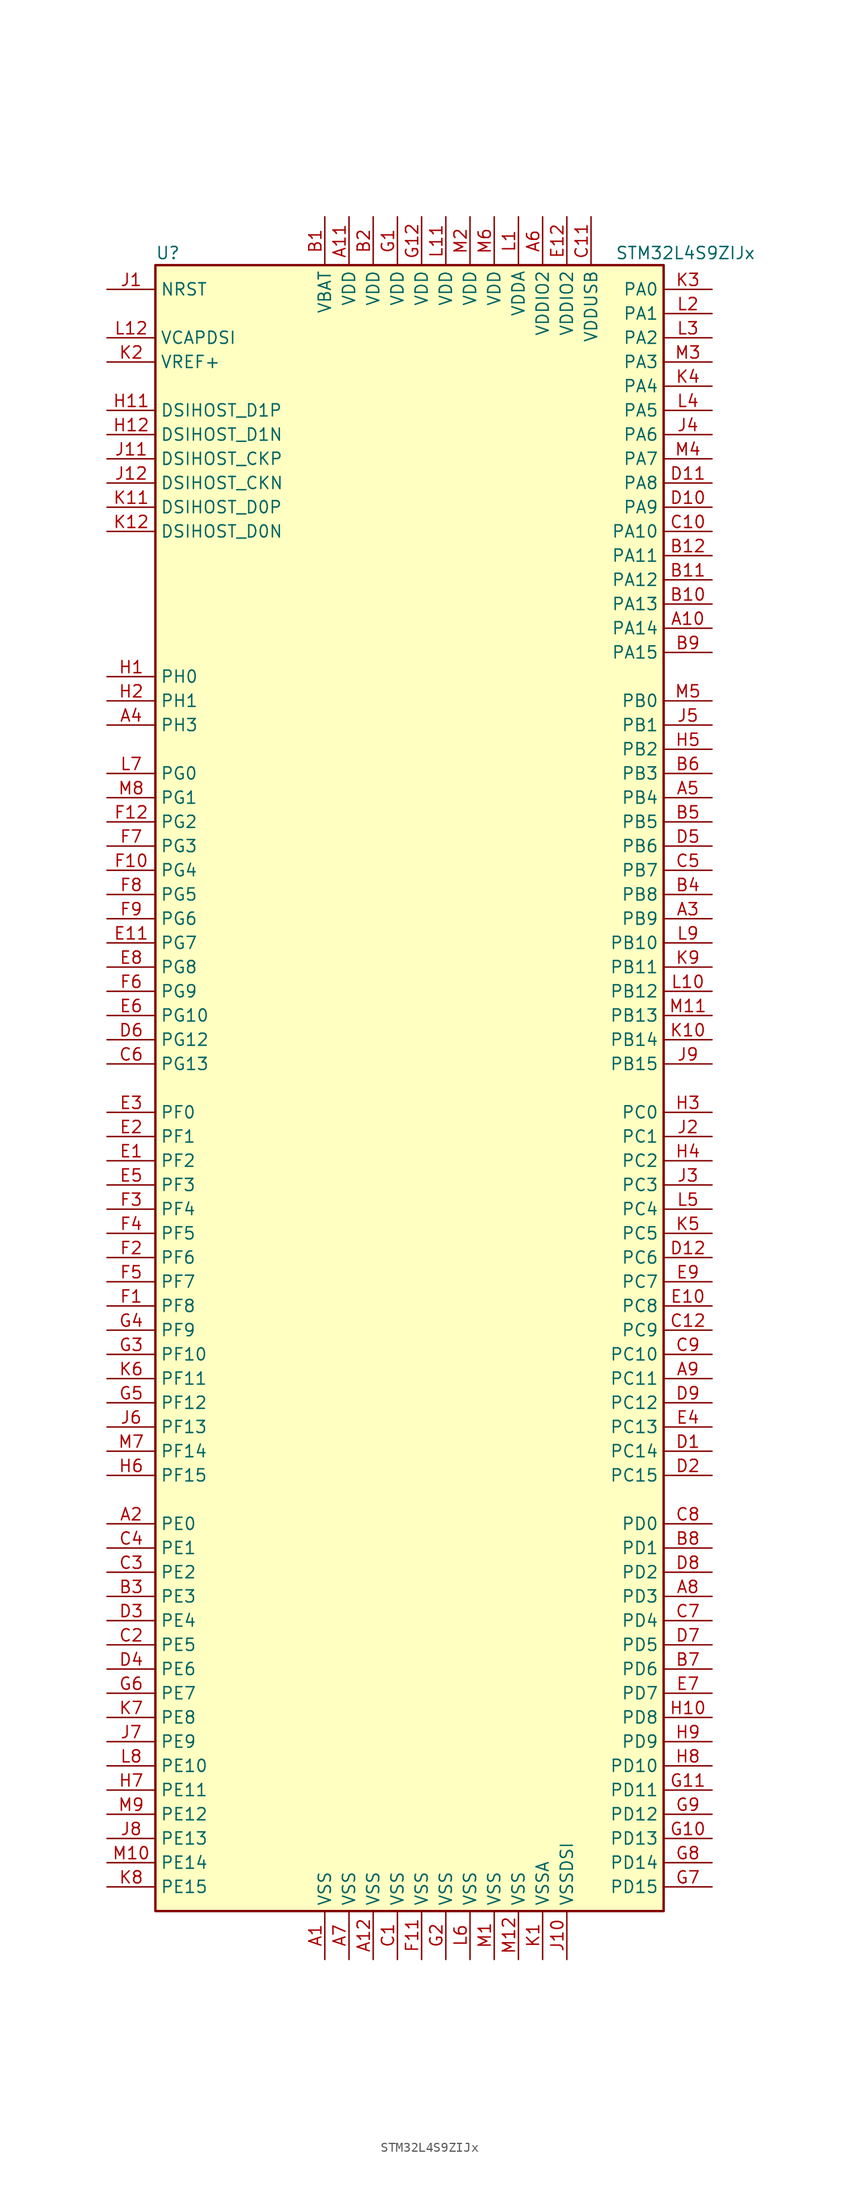
<source format=kicad_sym>
(kicad_symbol_lib
  (version 20201005)
  (generator kicad_symbol_editor)
  (symbol "STM32L4S9ZIJx"
    (property "Reference" "U"
      (at -27.94 87.63 0)
      (effects (font (size 1.27 1.27)) (justify left)))
    (property "Value" "STM32L4S9ZIJx"
      (at 20.32 87.63 0)
      (effects (font (size 1.27 1.27)) (justify left)))
    (symbol "STM32L4S9ZIJx_0_1"
      (rectangle (start -27.94 -86.36) (end 25.4 86.36) (stroke (width 0.254)) (fill (type background))))
    (symbol "STM32L4S9ZIJx_1_1"
      (pin power_in line (at -10.16 -91.44 90) (length 5.08) (name "VSS" (effects (font (size 1.27 1.27)))) (number "A1" (effects (font (size 1.27 1.27)))))
      (pin bidirectional line (at 30.48 48.26 180) (length 5.08) (name "PA14" (effects (font (size 1.27 1.27)))) (number "A10" (effects (font (size 1.27 1.27)))))
      (pin power_in line (at -7.62 91.44 270) (length 5.08) (name "VDD" (effects (font (size 1.27 1.27)))) (number "A11" (effects (font (size 1.27 1.27)))))
      (pin power_in line (at -5.08 -91.44 90) (length 5.08) (name "VSS" (effects (font (size 1.27 1.27)))) (number "A12" (effects (font (size 1.27 1.27)))))
      (pin bidirectional line (at -33.02 -45.72 0) (length 5.08) (name "PE0" (effects (font (size 1.27 1.27)))) (number "A2" (effects (font (size 1.27 1.27)))))
      (pin bidirectional line (at 30.48 17.78 180) (length 5.08) (name "PB9" (effects (font (size 1.27 1.27)))) (number "A3" (effects (font (size 1.27 1.27)))))
      (pin bidirectional line (at -33.02 38.1 0) (length 5.08) (name "PH3" (effects (font (size 1.27 1.27)))) (number "A4" (effects (font (size 1.27 1.27)))))
      (pin bidirectional line (at 30.48 30.48 180) (length 5.08) (name "PB4" (effects (font (size 1.27 1.27)))) (number "A5" (effects (font (size 1.27 1.27)))))
      (pin power_in line (at 12.7 91.44 270) (length 5.08) (name "VDDIO2" (effects (font (size 1.27 1.27)))) (number "A6" (effects (font (size 1.27 1.27)))))
      (pin power_in line (at -7.62 -91.44 90) (length 5.08) (name "VSS" (effects (font (size 1.27 1.27)))) (number "A7" (effects (font (size 1.27 1.27)))))
      (pin bidirectional line (at 30.48 -53.34 180) (length 5.08) (name "PD3" (effects (font (size 1.27 1.27)))) (number "A8" (effects (font (size 1.27 1.27)))))
      (pin bidirectional line (at 30.48 -30.48 180) (length 5.08) (name "PC11" (effects (font (size 1.27 1.27)))) (number "A9" (effects (font (size 1.27 1.27)))))
      (pin power_in line (at -10.16 91.44 270) (length 5.08) (name "VBAT" (effects (font (size 1.27 1.27)))) (number "B1" (effects (font (size 1.27 1.27)))))
      (pin bidirectional line (at 30.48 50.8 180) (length 5.08) (name "PA13" (effects (font (size 1.27 1.27)))) (number "B10" (effects (font (size 1.27 1.27)))))
      (pin bidirectional line (at 30.48 53.34 180) (length 5.08) (name "PA12" (effects (font (size 1.27 1.27)))) (number "B11" (effects (font (size 1.27 1.27)))))
      (pin bidirectional line (at 30.48 55.88 180) (length 5.08) (name "PA11" (effects (font (size 1.27 1.27)))) (number "B12" (effects (font (size 1.27 1.27)))))
      (pin power_in line (at -5.08 91.44 270) (length 5.08) (name "VDD" (effects (font (size 1.27 1.27)))) (number "B2" (effects (font (size 1.27 1.27)))))
      (pin bidirectional line (at -33.02 -53.34 0) (length 5.08) (name "PE3" (effects (font (size 1.27 1.27)))) (number "B3" (effects (font (size 1.27 1.27)))))
      (pin bidirectional line (at 30.48 20.32 180) (length 5.08) (name "PB8" (effects (font (size 1.27 1.27)))) (number "B4" (effects (font (size 1.27 1.27)))))
      (pin bidirectional line (at 30.48 27.94 180) (length 5.08) (name "PB5" (effects (font (size 1.27 1.27)))) (number "B5" (effects (font (size 1.27 1.27)))))
      (pin bidirectional line (at 30.48 33.02 180) (length 5.08) (name "PB3" (effects (font (size 1.27 1.27)))) (number "B6" (effects (font (size 1.27 1.27)))))
      (pin bidirectional line (at 30.48 -60.96 180) (length 5.08) (name "PD6" (effects (font (size 1.27 1.27)))) (number "B7" (effects (font (size 1.27 1.27)))))
      (pin bidirectional line (at 30.48 -48.26 180) (length 5.08) (name "PD1" (effects (font (size 1.27 1.27)))) (number "B8" (effects (font (size 1.27 1.27)))))
      (pin bidirectional line (at 30.48 45.72 180) (length 5.08) (name "PA15" (effects (font (size 1.27 1.27)))) (number "B9" (effects (font (size 1.27 1.27)))))
      (pin power_in line (at -2.54 -91.44 90) (length 5.08) (name "VSS" (effects (font (size 1.27 1.27)))) (number "C1" (effects (font (size 1.27 1.27)))))
      (pin bidirectional line (at 30.48 58.42 180) (length 5.08) (name "PA10" (effects (font (size 1.27 1.27)))) (number "C10" (effects (font (size 1.27 1.27)))))
      (pin power_in line (at 17.78 91.44 270) (length 5.08) (name "VDDUSB" (effects (font (size 1.27 1.27)))) (number "C11" (effects (font (size 1.27 1.27)))))
      (pin bidirectional line (at 30.48 -25.4 180) (length 5.08) (name "PC9" (effects (font (size 1.27 1.27)))) (number "C12" (effects (font (size 1.27 1.27)))))
      (pin bidirectional line (at -33.02 -58.42 0) (length 5.08) (name "PE5" (effects (font (size 1.27 1.27)))) (number "C2" (effects (font (size 1.27 1.27)))))
      (pin bidirectional line (at -33.02 -50.8 0) (length 5.08) (name "PE2" (effects (font (size 1.27 1.27)))) (number "C3" (effects (font (size 1.27 1.27)))))
      (pin bidirectional line (at -33.02 -48.26 0) (length 5.08) (name "PE1" (effects (font (size 1.27 1.27)))) (number "C4" (effects (font (size 1.27 1.27)))))
      (pin bidirectional line (at 30.48 22.86 180) (length 5.08) (name "PB7" (effects (font (size 1.27 1.27)))) (number "C5" (effects (font (size 1.27 1.27)))))
      (pin bidirectional line (at -33.02 2.54 0) (length 5.08) (name "PG13" (effects (font (size 1.27 1.27)))) (number "C6" (effects (font (size 1.27 1.27)))))
      (pin bidirectional line (at 30.48 -55.88 180) (length 5.08) (name "PD4" (effects (font (size 1.27 1.27)))) (number "C7" (effects (font (size 1.27 1.27)))))
      (pin bidirectional line (at 30.48 -45.72 180) (length 5.08) (name "PD0" (effects (font (size 1.27 1.27)))) (number "C8" (effects (font (size 1.27 1.27)))))
      (pin bidirectional line (at 30.48 -27.94 180) (length 5.08) (name "PC10" (effects (font (size 1.27 1.27)))) (number "C9" (effects (font (size 1.27 1.27)))))
      (pin bidirectional line (at 30.48 -38.1 180) (length 5.08) (name "PC14" (effects (font (size 1.27 1.27)))) (number "D1" (effects (font (size 1.27 1.27)))))
      (pin bidirectional line (at 30.48 60.96 180) (length 5.08) (name "PA9" (effects (font (size 1.27 1.27)))) (number "D10" (effects (font (size 1.27 1.27)))))
      (pin bidirectional line (at 30.48 63.5 180) (length 5.08) (name "PA8" (effects (font (size 1.27 1.27)))) (number "D11" (effects (font (size 1.27 1.27)))))
      (pin bidirectional line (at 30.48 -17.78 180) (length 5.08) (name "PC6" (effects (font (size 1.27 1.27)))) (number "D12" (effects (font (size 1.27 1.27)))))
      (pin bidirectional line (at 30.48 -40.64 180) (length 5.08) (name "PC15" (effects (font (size 1.27 1.27)))) (number "D2" (effects (font (size 1.27 1.27)))))
      (pin bidirectional line (at -33.02 -55.88 0) (length 5.08) (name "PE4" (effects (font (size 1.27 1.27)))) (number "D3" (effects (font (size 1.27 1.27)))))
      (pin bidirectional line (at -33.02 -60.96 0) (length 5.08) (name "PE6" (effects (font (size 1.27 1.27)))) (number "D4" (effects (font (size 1.27 1.27)))))
      (pin bidirectional line (at 30.48 25.4 180) (length 5.08) (name "PB6" (effects (font (size 1.27 1.27)))) (number "D5" (effects (font (size 1.27 1.27)))))
      (pin bidirectional line (at -33.02 5.08 0) (length 5.08) (name "PG12" (effects (font (size 1.27 1.27)))) (number "D6" (effects (font (size 1.27 1.27)))))
      (pin bidirectional line (at 30.48 -58.42 180) (length 5.08) (name "PD5" (effects (font (size 1.27 1.27)))) (number "D7" (effects (font (size 1.27 1.27)))))
      (pin bidirectional line (at 30.48 -50.8 180) (length 5.08) (name "PD2" (effects (font (size 1.27 1.27)))) (number "D8" (effects (font (size 1.27 1.27)))))
      (pin bidirectional line (at 30.48 -33.02 180) (length 5.08) (name "PC12" (effects (font (size 1.27 1.27)))) (number "D9" (effects (font (size 1.27 1.27)))))
      (pin bidirectional line (at -33.02 -7.62 0) (length 5.08) (name "PF2" (effects (font (size 1.27 1.27)))) (number "E1" (effects (font (size 1.27 1.27)))))
      (pin bidirectional line (at 30.48 -22.86 180) (length 5.08) (name "PC8" (effects (font (size 1.27 1.27)))) (number "E10" (effects (font (size 1.27 1.27)))))
      (pin bidirectional line (at -33.02 15.24 0) (length 5.08) (name "PG7" (effects (font (size 1.27 1.27)))) (number "E11" (effects (font (size 1.27 1.27)))))
      (pin power_in line (at 15.24 91.44 270) (length 5.08) (name "VDDIO2" (effects (font (size 1.27 1.27)))) (number "E12" (effects (font (size 1.27 1.27)))))
      (pin bidirectional line (at -33.02 -5.08 0) (length 5.08) (name "PF1" (effects (font (size 1.27 1.27)))) (number "E2" (effects (font (size 1.27 1.27)))))
      (pin bidirectional line (at -33.02 -2.54 0) (length 5.08) (name "PF0" (effects (font (size 1.27 1.27)))) (number "E3" (effects (font (size 1.27 1.27)))))
      (pin bidirectional line (at 30.48 -35.56 180) (length 5.08) (name "PC13" (effects (font (size 1.27 1.27)))) (number "E4" (effects (font (size 1.27 1.27)))))
      (pin bidirectional line (at -33.02 -10.16 0) (length 5.08) (name "PF3" (effects (font (size 1.27 1.27)))) (number "E5" (effects (font (size 1.27 1.27)))))
      (pin bidirectional line (at -33.02 7.62 0) (length 5.08) (name "PG10" (effects (font (size 1.27 1.27)))) (number "E6" (effects (font (size 1.27 1.27)))))
      (pin bidirectional line (at 30.48 -63.5 180) (length 5.08) (name "PD7" (effects (font (size 1.27 1.27)))) (number "E7" (effects (font (size 1.27 1.27)))))
      (pin bidirectional line (at -33.02 12.7 0) (length 5.08) (name "PG8" (effects (font (size 1.27 1.27)))) (number "E8" (effects (font (size 1.27 1.27)))))
      (pin bidirectional line (at 30.48 -20.32 180) (length 5.08) (name "PC7" (effects (font (size 1.27 1.27)))) (number "E9" (effects (font (size 1.27 1.27)))))
      (pin bidirectional line (at -33.02 -22.86 0) (length 5.08) (name "PF8" (effects (font (size 1.27 1.27)))) (number "F1" (effects (font (size 1.27 1.27)))))
      (pin bidirectional line (at -33.02 22.86 0) (length 5.08) (name "PG4" (effects (font (size 1.27 1.27)))) (number "F10" (effects (font (size 1.27 1.27)))))
      (pin power_in line (at 0 -91.44 90) (length 5.08) (name "VSS" (effects (font (size 1.27 1.27)))) (number "F11" (effects (font (size 1.27 1.27)))))
      (pin bidirectional line (at -33.02 27.94 0) (length 5.08) (name "PG2" (effects (font (size 1.27 1.27)))) (number "F12" (effects (font (size 1.27 1.27)))))
      (pin bidirectional line (at -33.02 -17.78 0) (length 5.08) (name "PF6" (effects (font (size 1.27 1.27)))) (number "F2" (effects (font (size 1.27 1.27)))))
      (pin bidirectional line (at -33.02 -12.7 0) (length 5.08) (name "PF4" (effects (font (size 1.27 1.27)))) (number "F3" (effects (font (size 1.27 1.27)))))
      (pin bidirectional line (at -33.02 -15.24 0) (length 5.08) (name "PF5" (effects (font (size 1.27 1.27)))) (number "F4" (effects (font (size 1.27 1.27)))))
      (pin bidirectional line (at -33.02 -20.32 0) (length 5.08) (name "PF7" (effects (font (size 1.27 1.27)))) (number "F5" (effects (font (size 1.27 1.27)))))
      (pin bidirectional line (at -33.02 10.16 0) (length 5.08) (name "PG9" (effects (font (size 1.27 1.27)))) (number "F6" (effects (font (size 1.27 1.27)))))
      (pin bidirectional line (at -33.02 25.4 0) (length 5.08) (name "PG3" (effects (font (size 1.27 1.27)))) (number "F7" (effects (font (size 1.27 1.27)))))
      (pin bidirectional line (at -33.02 20.32 0) (length 5.08) (name "PG5" (effects (font (size 1.27 1.27)))) (number "F8" (effects (font (size 1.27 1.27)))))
      (pin bidirectional line (at -33.02 17.78 0) (length 5.08) (name "PG6" (effects (font (size 1.27 1.27)))) (number "F9" (effects (font (size 1.27 1.27)))))
      (pin power_in line (at -2.54 91.44 270) (length 5.08) (name "VDD" (effects (font (size 1.27 1.27)))) (number "G1" (effects (font (size 1.27 1.27)))))
      (pin bidirectional line (at 30.48 -78.74 180) (length 5.08) (name "PD13" (effects (font (size 1.27 1.27)))) (number "G10" (effects (font (size 1.27 1.27)))))
      (pin bidirectional line (at 30.48 -73.66 180) (length 5.08) (name "PD11" (effects (font (size 1.27 1.27)))) (number "G11" (effects (font (size 1.27 1.27)))))
      (pin power_in line (at 0 91.44 270) (length 5.08) (name "VDD" (effects (font (size 1.27 1.27)))) (number "G12" (effects (font (size 1.27 1.27)))))
      (pin power_in line (at 2.54 -91.44 90) (length 5.08) (name "VSS" (effects (font (size 1.27 1.27)))) (number "G2" (effects (font (size 1.27 1.27)))))
      (pin bidirectional line (at -33.02 -27.94 0) (length 5.08) (name "PF10" (effects (font (size 1.27 1.27)))) (number "G3" (effects (font (size 1.27 1.27)))))
      (pin bidirectional line (at -33.02 -25.4 0) (length 5.08) (name "PF9" (effects (font (size 1.27 1.27)))) (number "G4" (effects (font (size 1.27 1.27)))))
      (pin bidirectional line (at -33.02 -33.02 0) (length 5.08) (name "PF12" (effects (font (size 1.27 1.27)))) (number "G5" (effects (font (size 1.27 1.27)))))
      (pin bidirectional line (at -33.02 -63.5 0) (length 5.08) (name "PE7" (effects (font (size 1.27 1.27)))) (number "G6" (effects (font (size 1.27 1.27)))))
      (pin bidirectional line (at 30.48 -83.82 180) (length 5.08) (name "PD15" (effects (font (size 1.27 1.27)))) (number "G7" (effects (font (size 1.27 1.27)))))
      (pin bidirectional line (at 30.48 -81.28 180) (length 5.08) (name "PD14" (effects (font (size 1.27 1.27)))) (number "G8" (effects (font (size 1.27 1.27)))))
      (pin bidirectional line (at 30.48 -76.2 180) (length 5.08) (name "PD12" (effects (font (size 1.27 1.27)))) (number "G9" (effects (font (size 1.27 1.27)))))
      (pin input line (at -33.02 43.18 0) (length 5.08) (name "PH0" (effects (font (size 1.27 1.27)))) (number "H1" (effects (font (size 1.27 1.27)))))
      (pin bidirectional line (at 30.48 -66.04 180) (length 5.08) (name "PD8" (effects (font (size 1.27 1.27)))) (number "H10" (effects (font (size 1.27 1.27)))))
      (pin bidirectional line (at -33.02 71.12 0) (length 5.08) (name "DSIHOST_D1P" (effects (font (size 1.27 1.27)))) (number "H11" (effects (font (size 1.27 1.27)))))
      (pin bidirectional line (at -33.02 68.58 0) (length 5.08) (name "DSIHOST_D1N" (effects (font (size 1.27 1.27)))) (number "H12" (effects (font (size 1.27 1.27)))))
      (pin input line (at -33.02 40.64 0) (length 5.08) (name "PH1" (effects (font (size 1.27 1.27)))) (number "H2" (effects (font (size 1.27 1.27)))))
      (pin bidirectional line (at 30.48 -2.54 180) (length 5.08) (name "PC0" (effects (font (size 1.27 1.27)))) (number "H3" (effects (font (size 1.27 1.27)))))
      (pin bidirectional line (at 30.48 -7.62 180) (length 5.08) (name "PC2" (effects (font (size 1.27 1.27)))) (number "H4" (effects (font (size 1.27 1.27)))))
      (pin bidirectional line (at 30.48 35.56 180) (length 5.08) (name "PB2" (effects (font (size 1.27 1.27)))) (number "H5" (effects (font (size 1.27 1.27)))))
      (pin bidirectional line (at -33.02 -40.64 0) (length 5.08) (name "PF15" (effects (font (size 1.27 1.27)))) (number "H6" (effects (font (size 1.27 1.27)))))
      (pin bidirectional line (at -33.02 -73.66 0) (length 5.08) (name "PE11" (effects (font (size 1.27 1.27)))) (number "H7" (effects (font (size 1.27 1.27)))))
      (pin bidirectional line (at 30.48 -71.12 180) (length 5.08) (name "PD10" (effects (font (size 1.27 1.27)))) (number "H8" (effects (font (size 1.27 1.27)))))
      (pin bidirectional line (at 30.48 -68.58 180) (length 5.08) (name "PD9" (effects (font (size 1.27 1.27)))) (number "H9" (effects (font (size 1.27 1.27)))))
      (pin input line (at -33.02 83.82 0) (length 5.08) (name "NRST" (effects (font (size 1.27 1.27)))) (number "J1" (effects (font (size 1.27 1.27)))))
      (pin power_in line (at 15.24 -91.44 90) (length 5.08) (name "VSSDSI" (effects (font (size 1.27 1.27)))) (number "J10" (effects (font (size 1.27 1.27)))))
      (pin bidirectional line (at -33.02 66.04 0) (length 5.08) (name "DSIHOST_CKP" (effects (font (size 1.27 1.27)))) (number "J11" (effects (font (size 1.27 1.27)))))
      (pin bidirectional line (at -33.02 63.5 0) (length 5.08) (name "DSIHOST_CKN" (effects (font (size 1.27 1.27)))) (number "J12" (effects (font (size 1.27 1.27)))))
      (pin bidirectional line (at 30.48 -5.08 180) (length 5.08) (name "PC1" (effects (font (size 1.27 1.27)))) (number "J2" (effects (font (size 1.27 1.27)))))
      (pin bidirectional line (at 30.48 -10.16 180) (length 5.08) (name "PC3" (effects (font (size 1.27 1.27)))) (number "J3" (effects (font (size 1.27 1.27)))))
      (pin bidirectional line (at 30.48 68.58 180) (length 5.08) (name "PA6" (effects (font (size 1.27 1.27)))) (number "J4" (effects (font (size 1.27 1.27)))))
      (pin bidirectional line (at 30.48 38.1 180) (length 5.08) (name "PB1" (effects (font (size 1.27 1.27)))) (number "J5" (effects (font (size 1.27 1.27)))))
      (pin bidirectional line (at -33.02 -35.56 0) (length 5.08) (name "PF13" (effects (font (size 1.27 1.27)))) (number "J6" (effects (font (size 1.27 1.27)))))
      (pin bidirectional line (at -33.02 -68.58 0) (length 5.08) (name "PE9" (effects (font (size 1.27 1.27)))) (number "J7" (effects (font (size 1.27 1.27)))))
      (pin bidirectional line (at -33.02 -78.74 0) (length 5.08) (name "PE13" (effects (font (size 1.27 1.27)))) (number "J8" (effects (font (size 1.27 1.27)))))
      (pin bidirectional line (at 30.48 2.54 180) (length 5.08) (name "PB15" (effects (font (size 1.27 1.27)))) (number "J9" (effects (font (size 1.27 1.27)))))
      (pin power_in line (at 12.7 -91.44 90) (length 5.08) (name "VSSA" (effects (font (size 1.27 1.27)))) (number "K1" (effects (font (size 1.27 1.27)))))
      (pin bidirectional line (at 30.48 5.08 180) (length 5.08) (name "PB14" (effects (font (size 1.27 1.27)))) (number "K10" (effects (font (size 1.27 1.27)))))
      (pin bidirectional line (at -33.02 60.96 0) (length 5.08) (name "DSIHOST_D0P" (effects (font (size 1.27 1.27)))) (number "K11" (effects (font (size 1.27 1.27)))))
      (pin bidirectional line (at -33.02 58.42 0) (length 5.08) (name "DSIHOST_D0N" (effects (font (size 1.27 1.27)))) (number "K12" (effects (font (size 1.27 1.27)))))
      (pin bidirectional line (at -33.02 76.2 0) (length 5.08) (name "VREF+" (effects (font (size 1.27 1.27)))) (number "K2" (effects (font (size 1.27 1.27)))))
      (pin bidirectional line (at 30.48 83.82 180) (length 5.08) (name "PA0" (effects (font (size 1.27 1.27)))) (number "K3" (effects (font (size 1.27 1.27)))))
      (pin bidirectional line (at 30.48 73.66 180) (length 5.08) (name "PA4" (effects (font (size 1.27 1.27)))) (number "K4" (effects (font (size 1.27 1.27)))))
      (pin bidirectional line (at 30.48 -15.24 180) (length 5.08) (name "PC5" (effects (font (size 1.27 1.27)))) (number "K5" (effects (font (size 1.27 1.27)))))
      (pin bidirectional line (at -33.02 -30.48 0) (length 5.08) (name "PF11" (effects (font (size 1.27 1.27)))) (number "K6" (effects (font (size 1.27 1.27)))))
      (pin bidirectional line (at -33.02 -66.04 0) (length 5.08) (name "PE8" (effects (font (size 1.27 1.27)))) (number "K7" (effects (font (size 1.27 1.27)))))
      (pin bidirectional line (at -33.02 -83.82 0) (length 5.08) (name "PE15" (effects (font (size 1.27 1.27)))) (number "K8" (effects (font (size 1.27 1.27)))))
      (pin bidirectional line (at 30.48 12.7 180) (length 5.08) (name "PB11" (effects (font (size 1.27 1.27)))) (number "K9" (effects (font (size 1.27 1.27)))))
      (pin power_in line (at 10.16 91.44 270) (length 5.08) (name "VDDA" (effects (font (size 1.27 1.27)))) (number "L1" (effects (font (size 1.27 1.27)))))
      (pin bidirectional line (at 30.48 10.16 180) (length 5.08) (name "PB12" (effects (font (size 1.27 1.27)))) (number "L10" (effects (font (size 1.27 1.27)))))
      (pin power_in line (at 2.54 91.44 270) (length 5.08) (name "VDD" (effects (font (size 1.27 1.27)))) (number "L11" (effects (font (size 1.27 1.27)))))
      (pin power_in line (at -33.02 78.74 0) (length 5.08) (name "VCAPDSI" (effects (font (size 1.27 1.27)))) (number "L12" (effects (font (size 1.27 1.27)))))
      (pin bidirectional line (at 30.48 81.28 180) (length 5.08) (name "PA1" (effects (font (size 1.27 1.27)))) (number "L2" (effects (font (size 1.27 1.27)))))
      (pin bidirectional line (at 30.48 78.74 180) (length 5.08) (name "PA2" (effects (font (size 1.27 1.27)))) (number "L3" (effects (font (size 1.27 1.27)))))
      (pin bidirectional line (at 30.48 71.12 180) (length 5.08) (name "PA5" (effects (font (size 1.27 1.27)))) (number "L4" (effects (font (size 1.27 1.27)))))
      (pin bidirectional line (at 30.48 -12.7 180) (length 5.08) (name "PC4" (effects (font (size 1.27 1.27)))) (number "L5" (effects (font (size 1.27 1.27)))))
      (pin power_in line (at 5.08 -91.44 90) (length 5.08) (name "VSS" (effects (font (size 1.27 1.27)))) (number "L6" (effects (font (size 1.27 1.27)))))
      (pin bidirectional line (at -33.02 33.02 0) (length 5.08) (name "PG0" (effects (font (size 1.27 1.27)))) (number "L7" (effects (font (size 1.27 1.27)))))
      (pin bidirectional line (at -33.02 -71.12 0) (length 5.08) (name "PE10" (effects (font (size 1.27 1.27)))) (number "L8" (effects (font (size 1.27 1.27)))))
      (pin bidirectional line (at 30.48 15.24 180) (length 5.08) (name "PB10" (effects (font (size 1.27 1.27)))) (number "L9" (effects (font (size 1.27 1.27)))))
      (pin power_in line (at 7.62 -91.44 90) (length 5.08) (name "VSS" (effects (font (size 1.27 1.27)))) (number "M1" (effects (font (size 1.27 1.27)))))
      (pin bidirectional line (at -33.02 -81.28 0) (length 5.08) (name "PE14" (effects (font (size 1.27 1.27)))) (number "M10" (effects (font (size 1.27 1.27)))))
      (pin bidirectional line (at 30.48 7.62 180) (length 5.08) (name "PB13" (effects (font (size 1.27 1.27)))) (number "M11" (effects (font (size 1.27 1.27)))))
      (pin power_in line (at 10.16 -91.44 90) (length 5.08) (name "VSS" (effects (font (size 1.27 1.27)))) (number "M12" (effects (font (size 1.27 1.27)))))
      (pin power_in line (at 5.08 91.44 270) (length 5.08) (name "VDD" (effects (font (size 1.27 1.27)))) (number "M2" (effects (font (size 1.27 1.27)))))
      (pin bidirectional line (at 30.48 76.2 180) (length 5.08) (name "PA3" (effects (font (size 1.27 1.27)))) (number "M3" (effects (font (size 1.27 1.27)))))
      (pin bidirectional line (at 30.48 66.04 180) (length 5.08) (name "PA7" (effects (font (size 1.27 1.27)))) (number "M4" (effects (font (size 1.27 1.27)))))
      (pin bidirectional line (at 30.48 40.64 180) (length 5.08) (name "PB0" (effects (font (size 1.27 1.27)))) (number "M5" (effects (font (size 1.27 1.27)))))
      (pin power_in line (at 7.62 91.44 270) (length 5.08) (name "VDD" (effects (font (size 1.27 1.27)))) (number "M6" (effects (font (size 1.27 1.27)))))
      (pin bidirectional line (at -33.02 -38.1 0) (length 5.08) (name "PF14" (effects (font (size 1.27 1.27)))) (number "M7" (effects (font (size 1.27 1.27)))))
      (pin bidirectional line (at -33.02 30.48 0) (length 5.08) (name "PG1" (effects (font (size 1.27 1.27)))) (number "M8" (effects (font (size 1.27 1.27)))))
      (pin bidirectional line (at -33.02 -76.2 0) (length 5.08) (name "PE12" (effects (font (size 1.27 1.27)))) (number "M9" (effects (font (size 1.27 1.27))))))))
</source>
